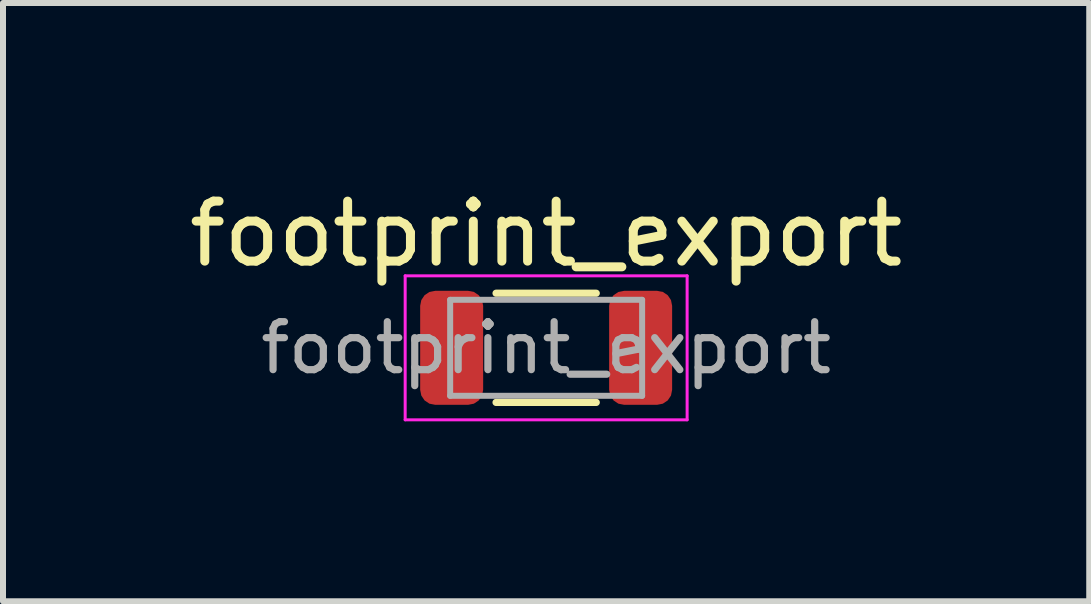
<source format=kicad_pcb>
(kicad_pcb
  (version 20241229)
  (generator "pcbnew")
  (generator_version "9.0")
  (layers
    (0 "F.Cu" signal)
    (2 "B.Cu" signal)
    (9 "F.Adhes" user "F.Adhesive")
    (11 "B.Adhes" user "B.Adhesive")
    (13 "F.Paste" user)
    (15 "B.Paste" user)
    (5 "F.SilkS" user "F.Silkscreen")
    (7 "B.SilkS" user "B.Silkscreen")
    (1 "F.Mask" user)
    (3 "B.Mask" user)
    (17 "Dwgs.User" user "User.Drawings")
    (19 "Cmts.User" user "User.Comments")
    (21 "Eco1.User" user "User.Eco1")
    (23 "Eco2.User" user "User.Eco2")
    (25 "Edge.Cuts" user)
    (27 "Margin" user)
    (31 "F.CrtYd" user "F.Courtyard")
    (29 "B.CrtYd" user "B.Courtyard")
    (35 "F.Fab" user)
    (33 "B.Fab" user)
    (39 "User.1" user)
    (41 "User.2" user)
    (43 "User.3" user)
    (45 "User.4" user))
  (footprint "footprint_export"
    (layer "F.Cu")
    (at 6.054 2.748)
    (property "Reference" "footprint_export" (at 0 -1.9 0) (layer "F.SilkS") (effects (font (size 1 1) (thickness 0.15))))
    (attr smd)
    (fp_line (start -0.835 -0.91) (end 0.835 -0.91) (stroke (width 0.12) (type solid)) (layer "F.SilkS"))
    (fp_line (start -0.835 0.91) (end 0.835 0.91) (stroke (width 0.12) (type solid)) (layer "F.SilkS"))
    (fp_line (start -2.35 -1.2) (end 2.35 -1.2) (stroke (width 0.05) (type solid)) (layer "F.CrtYd"))
    (fp_line (start -2.35 1.2) (end -2.35 -1.2) (stroke (width 0.05) (type solid)) (layer "F.CrtYd"))
    (fp_line (start 2.35 -1.2) (end 2.35 1.2) (stroke (width 0.05) (type solid)) (layer "F.CrtYd"))
    (fp_line (start 2.35 1.2) (end -2.35 1.2) (stroke (width 0.05) (type solid)) (layer "F.CrtYd"))
    (fp_line (start -1.6 -0.8) (end 1.6 -0.8) (stroke (width 0.1) (type solid)) (layer "F.Fab"))
    (fp_line (start -1.6 0.8) (end -1.6 -0.8) (stroke (width 0.1) (type solid)) (layer "F.Fab"))
    (fp_line (start 1.6 -0.8) (end 1.6 0.8) (stroke (width 0.1) (type solid)) (layer "F.Fab"))
    (fp_line (start 1.6 0.8) (end -1.6 0.8) (stroke (width 0.1) (type solid)) (layer "F.Fab"))
    (fp_text user "${REFERENCE}" (at 0 0 0) (layer "F.Fab") (effects (font (size 0.8 0.8) (thickness 0.12))))
    (pad "1" smd roundrect (at -1.575 0) (size 1.05 1.9) (layers "F.Cu" "F.Mask" "F.Paste") (roundrect_rratio 0.238))
    (pad "2" smd roundrect (at 1.575 0) (size 1.05 1.9) (layers "F.Cu" "F.Mask" "F.Paste") (roundrect_rratio 0.238)))
  (gr_rect
    (start -3 -3)
    (end 15.107 6.973)
    (stroke (width 0.1) (type default))
    (fill no)
    (layer "Edge.Cuts")))
</source>
